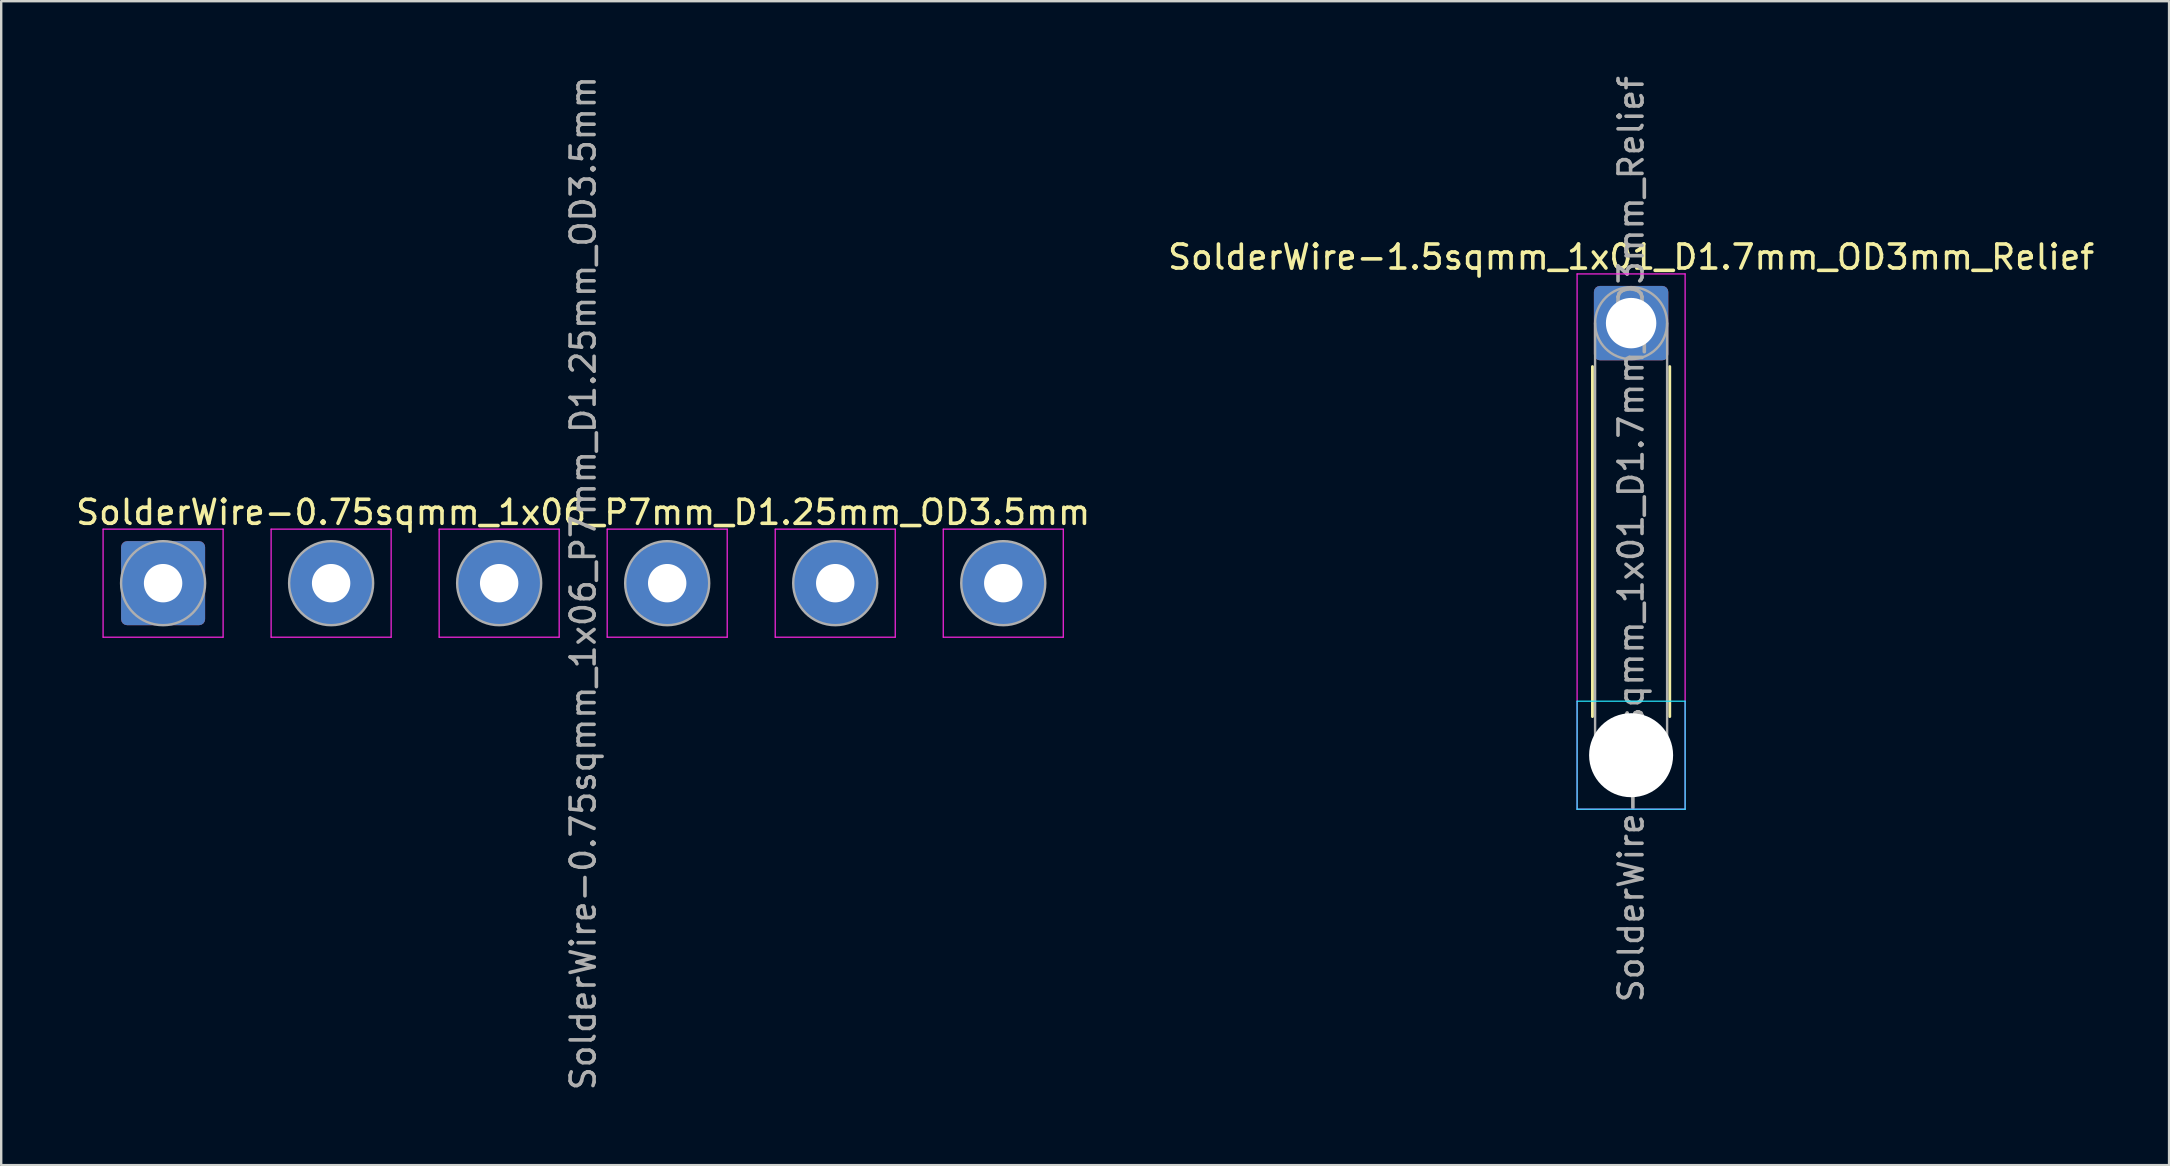
<source format=kicad_pcb>
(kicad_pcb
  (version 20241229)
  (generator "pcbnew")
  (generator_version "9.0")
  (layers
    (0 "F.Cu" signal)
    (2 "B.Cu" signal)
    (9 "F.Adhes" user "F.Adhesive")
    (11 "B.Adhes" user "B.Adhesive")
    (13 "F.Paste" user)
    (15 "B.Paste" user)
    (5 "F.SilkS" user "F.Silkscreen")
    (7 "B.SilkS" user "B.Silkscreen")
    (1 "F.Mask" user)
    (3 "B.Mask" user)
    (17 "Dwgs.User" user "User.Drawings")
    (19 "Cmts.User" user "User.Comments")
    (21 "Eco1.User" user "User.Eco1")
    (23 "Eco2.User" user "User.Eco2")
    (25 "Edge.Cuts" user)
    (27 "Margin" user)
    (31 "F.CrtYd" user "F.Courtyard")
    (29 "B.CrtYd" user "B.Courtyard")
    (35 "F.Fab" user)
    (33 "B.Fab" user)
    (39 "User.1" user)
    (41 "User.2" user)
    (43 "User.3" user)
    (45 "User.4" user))
  (footprint "SolderWire-0.75sqmm_1x06_P7mm_D1.25mm_OD3.5mm"
    (layer "F.Cu")
    (at 3.744 21.244)
    (property "Reference" "SolderWire-0.75sqmm_1x06_P7mm_D1.25mm_OD3.5mm" (at 17.5 -2.95 0) (layer "F.SilkS") (effects (font (size 1 1) (thickness 0.15))))
    (attr exclude_from_pos_files exclude_from_bom)
    (fp_line (start -2.5 -2.25) (end -2.5 2.25) (stroke (width 0.05) (type solid)) (layer "F.CrtYd"))
    (fp_line (start -2.5 2.25) (end 2.5 2.25) (stroke (width 0.05) (type solid)) (layer "F.CrtYd"))
    (fp_line (start 2.5 -2.25) (end -2.5 -2.25) (stroke (width 0.05) (type solid)) (layer "F.CrtYd"))
    (fp_line (start 2.5 2.25) (end 2.5 -2.25) (stroke (width 0.05) (type solid)) (layer "F.CrtYd"))
    (fp_line (start 4.5 -2.25) (end 4.5 2.25) (stroke (width 0.05) (type solid)) (layer "F.CrtYd"))
    (fp_line (start 4.5 2.25) (end 9.5 2.25) (stroke (width 0.05) (type solid)) (layer "F.CrtYd"))
    (fp_line (start 9.5 -2.25) (end 4.5 -2.25) (stroke (width 0.05) (type solid)) (layer "F.CrtYd"))
    (fp_line (start 9.5 2.25) (end 9.5 -2.25) (stroke (width 0.05) (type solid)) (layer "F.CrtYd"))
    (fp_line (start 11.5 -2.25) (end 11.5 2.25) (stroke (width 0.05) (type solid)) (layer "F.CrtYd"))
    (fp_line (start 11.5 2.25) (end 16.5 2.25) (stroke (width 0.05) (type solid)) (layer "F.CrtYd"))
    (fp_line (start 16.5 -2.25) (end 11.5 -2.25) (stroke (width 0.05) (type solid)) (layer "F.CrtYd"))
    (fp_line (start 16.5 2.25) (end 16.5 -2.25) (stroke (width 0.05) (type solid)) (layer "F.CrtYd"))
    (fp_line (start 18.5 -2.25) (end 18.5 2.25) (stroke (width 0.05) (type solid)) (layer "F.CrtYd"))
    (fp_line (start 18.5 2.25) (end 23.5 2.25) (stroke (width 0.05) (type solid)) (layer "F.CrtYd"))
    (fp_line (start 23.5 -2.25) (end 18.5 -2.25) (stroke (width 0.05) (type solid)) (layer "F.CrtYd"))
    (fp_line (start 23.5 2.25) (end 23.5 -2.25) (stroke (width 0.05) (type solid)) (layer "F.CrtYd"))
    (fp_line (start 25.5 -2.25) (end 25.5 2.25) (stroke (width 0.05) (type solid)) (layer "F.CrtYd"))
    (fp_line (start 25.5 2.25) (end 30.5 2.25) (stroke (width 0.05) (type solid)) (layer "F.CrtYd"))
    (fp_line (start 30.5 -2.25) (end 25.5 -2.25) (stroke (width 0.05) (type solid)) (layer "F.CrtYd"))
    (fp_line (start 30.5 2.25) (end 30.5 -2.25) (stroke (width 0.05) (type solid)) (layer "F.CrtYd"))
    (fp_line (start 32.5 -2.25) (end 32.5 2.25) (stroke (width 0.05) (type solid)) (layer "F.CrtYd"))
    (fp_line (start 32.5 2.25) (end 37.5 2.25) (stroke (width 0.05) (type solid)) (layer "F.CrtYd"))
    (fp_line (start 37.5 -2.25) (end 32.5 -2.25) (stroke (width 0.05) (type solid)) (layer "F.CrtYd"))
    (fp_line (start 37.5 2.25) (end 37.5 -2.25) (stroke (width 0.05) (type solid)) (layer "F.CrtYd"))
    (fp_circle (center 0 0) (end 1.75 0) (stroke (width 0.1) (type solid)) (fill no) (layer "F.Fab"))
    (fp_circle (center 7 0) (end 8.75 0) (stroke (width 0.1) (type solid)) (fill no) (layer "F.Fab"))
    (fp_circle (center 14 0) (end 15.75 0) (stroke (width 0.1) (type solid)) (fill no) (layer "F.Fab"))
    (fp_circle (center 21 0) (end 22.75 0) (stroke (width 0.1) (type solid)) (fill no) (layer "F.Fab"))
    (fp_circle (center 28 0) (end 29.75 0) (stroke (width 0.1) (type solid)) (fill no) (layer "F.Fab"))
    (fp_circle (center 35 0) (end 36.75 0) (stroke (width 0.1) (type solid)) (fill no) (layer "F.Fab"))
    (fp_text user "${REFERENCE}" (at 17.5 0 90) (layer "F.Fab") (effects (font (size 1 1) (thickness 0.15))))
    (pad "1" thru_hole roundrect (at 0 0) (size 3.5 3.5) (drill 1.6) (layers "*.Cu" "*.Mask") (roundrect_rratio 0.071))
    (pad "2" thru_hole circle (at 7 0) (size 3.5 3.5) (drill 1.6) (layers "*.Cu" "*.Mask"))
    (pad "3" thru_hole circle (at 14 0) (size 3.5 3.5) (drill 1.6) (layers "*.Cu" "*.Mask"))
    (pad "4" thru_hole circle (at 21 0) (size 3.5 3.5) (drill 1.6) (layers "*.Cu" "*.Mask"))
    (pad "5" thru_hole circle (at 28 0) (size 3.5 3.5) (drill 1.6) (layers "*.Cu" "*.Mask"))
    (pad "6" thru_hole circle (at 35 0) (size 3.5 3.5) (drill 1.6) (layers "*.Cu" "*.Mask")))
  (footprint "SolderWire-1.5sqmm_1x01_D1.7mm_OD3mm_Relief"
    (layer "F.Cu")
    (at 64.899 10.411)
    (property "Reference" "SolderWire-1.5sqmm_1x01_D1.7mm_OD3mm_Relief" (at 0 -2.75 0) (layer "F.SilkS") (effects (font (size 1 1) (thickness 0.15))))
    (attr exclude_from_pos_files exclude_from_bom)
    (fp_line (start -1.61 1.81) (end -1.61 16.39) (stroke (width 0.12) (type solid)) (layer "F.SilkS"))
    (fp_line (start 1.61 1.81) (end 1.61 16.39) (stroke (width 0.12) (type solid)) (layer "F.SilkS"))
    (fp_line (start -2.25 15.75) (end -2.25 20.25) (stroke (width 0.05) (type solid)) (layer "B.CrtYd"))
    (fp_line (start -2.25 20.25) (end 2.25 20.25) (stroke (width 0.05) (type solid)) (layer "B.CrtYd"))
    (fp_line (start 2.25 15.75) (end -2.25 15.75) (stroke (width 0.05) (type solid)) (layer "B.CrtYd"))
    (fp_line (start 2.25 20.25) (end 2.25 15.75) (stroke (width 0.05) (type solid)) (layer "B.CrtYd"))
    (fp_line (start -2.25 -2.05) (end -2.25 20.25) (stroke (width 0.05) (type solid)) (layer "F.CrtYd"))
    (fp_line (start -2.25 20.25) (end 2.25 20.25) (stroke (width 0.05) (type solid)) (layer "F.CrtYd"))
    (fp_line (start 2.25 -2.05) (end -2.25 -2.05) (stroke (width 0.05) (type solid)) (layer "F.CrtYd"))
    (fp_line (start 2.25 20.25) (end 2.25 -2.05) (stroke (width 0.05) (type solid)) (layer "F.CrtYd"))
    (fp_line (start -1.5 0) (end -1.5 18) (stroke (width 0.1) (type solid)) (layer "F.Fab"))
    (fp_line (start 1.5 0) (end 1.5 18) (stroke (width 0.1) (type solid)) (layer "F.Fab"))
    (fp_circle (center 0 0) (end 1.5 0) (stroke (width 0.1) (type solid)) (fill no) (layer "F.Fab"))
    (fp_circle (center 0 18) (end 1.5 18) (stroke (width 0.1) (type solid)) (fill no) (layer "F.Fab"))
    (fp_text user "${REFERENCE}" (at 0 9 90) (layer "F.Fab") (effects (font (size 1 1) (thickness 0.15))))
    (pad "" np_thru_hole circle (at 0 18) (size 3.5 3.5) (drill 3.5) (layers "*.Cu" "*.Mask"))
    (pad "1" thru_hole roundrect (at 0 0) (size 3.1 3.1) (drill 2.1) (layers "*.Cu" "*.Mask") (roundrect_rratio 0.081)))
  (gr_rect
    (start -3 -3)
    (end 87.31 45.488)
    (stroke (width 0.1) (type default))
    (fill no)
    (layer "Edge.Cuts")))
</source>
